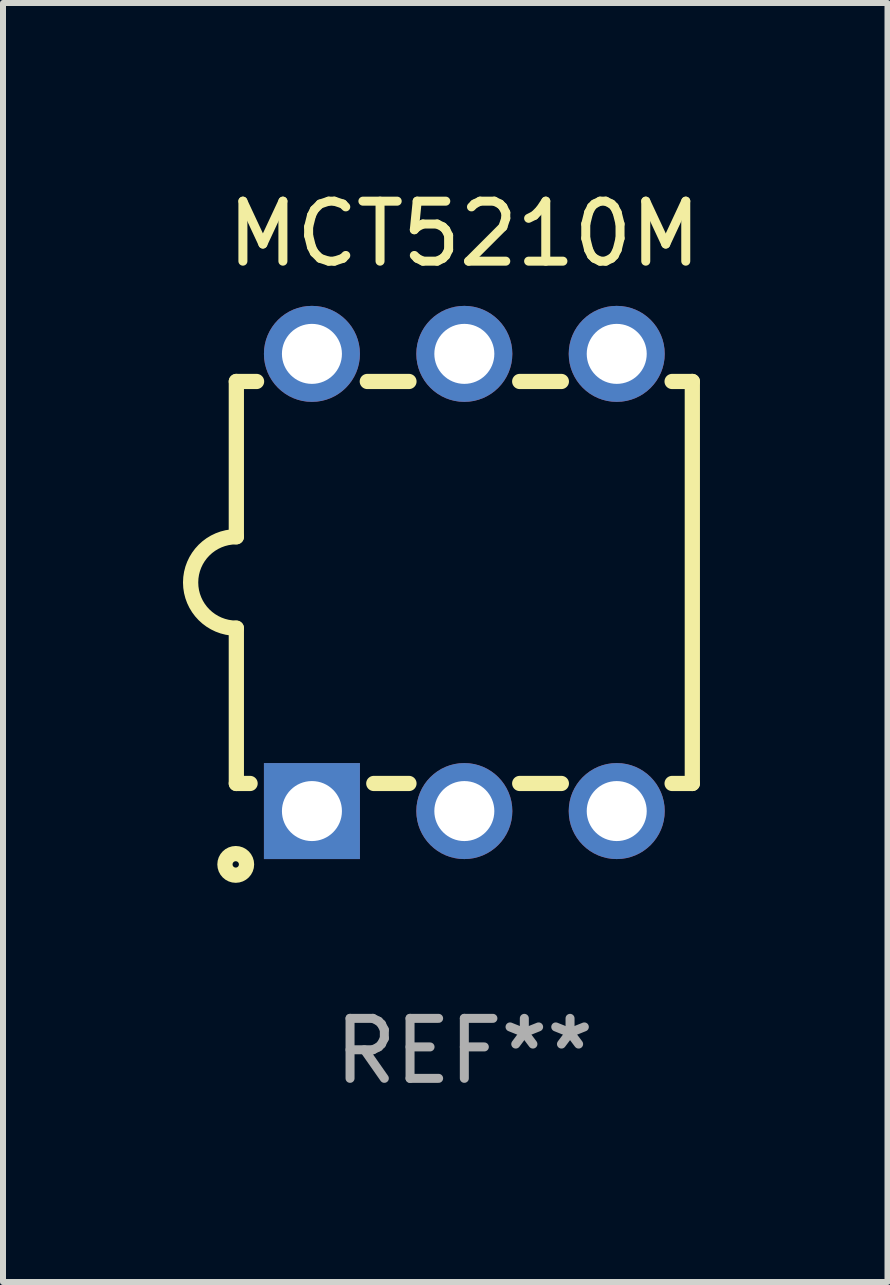
<source format=kicad_pcb>
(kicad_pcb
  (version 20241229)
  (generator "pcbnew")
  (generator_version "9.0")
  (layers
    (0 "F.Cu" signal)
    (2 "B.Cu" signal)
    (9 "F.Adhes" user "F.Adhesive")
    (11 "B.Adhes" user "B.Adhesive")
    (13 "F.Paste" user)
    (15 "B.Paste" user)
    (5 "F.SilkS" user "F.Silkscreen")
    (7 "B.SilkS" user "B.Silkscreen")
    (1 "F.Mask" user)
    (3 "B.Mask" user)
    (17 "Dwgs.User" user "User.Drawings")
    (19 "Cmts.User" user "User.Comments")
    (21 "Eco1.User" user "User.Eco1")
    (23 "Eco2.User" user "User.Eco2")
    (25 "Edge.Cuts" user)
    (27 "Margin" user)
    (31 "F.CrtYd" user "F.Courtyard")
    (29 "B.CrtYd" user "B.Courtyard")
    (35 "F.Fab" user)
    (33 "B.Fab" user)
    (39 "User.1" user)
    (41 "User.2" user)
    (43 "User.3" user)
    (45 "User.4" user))
  (footprint "MCT5210M"
    (layer "F.Cu")
    (at 4.689 6.658)
    (property "Reference" "MCT5210M" (at 0 -5.81 0) (layer "F.SilkS") (effects (font (size 1 1) (thickness 0.15))))
    (attr through_hole)
    (fp_line (start -3.8 3.35) (end -3.8 0.762) (stroke (width 0.254) (type solid)) (layer "F.SilkS"))
    (fp_line (start -3.8 3.35) (end -3.571 3.35) (stroke (width 0.254) (type solid)) (layer "F.SilkS"))
    (fp_line (start -3.8 -3.35) (end -3.8 -0.762) (stroke (width 0.254) (type solid)) (layer "F.SilkS"))
    (fp_line (start -3.8 -3.35) (end -3.463 -3.35) (stroke (width 0.254) (type solid)) (layer "F.SilkS"))
    (fp_line (start -1.617 -3.35) (end -0.923 -3.35) (stroke (width 0.254) (type solid)) (layer "F.SilkS"))
    (fp_line (start -1.509 3.35) (end -0.923 3.35) (stroke (width 0.254) (type solid)) (layer "F.SilkS"))
    (fp_line (start 0.923 -3.35) (end 1.617 -3.35) (stroke (width 0.254) (type solid)) (layer "F.SilkS"))
    (fp_line (start 0.923 3.35) (end 1.617 3.35) (stroke (width 0.254) (type solid)) (layer "F.SilkS"))
    (fp_line (start 3.463 -3.35) (end 3.8 -3.35) (stroke (width 0.254) (type solid)) (layer "F.SilkS"))
    (fp_line (start 3.463 3.35) (end 3.8 3.35) (stroke (width 0.254) (type solid)) (layer "F.SilkS"))
    (fp_line (start 3.8 -3.35) (end 3.8 3.35) (stroke (width 0.254) (type solid)) (layer "F.SilkS"))
    (fp_arc (start -3.800013 0.762002) (mid -4.561837 -0.000089) (end -3.799835 -0.762002) (stroke (width 0.254001) (type solid)) (layer "F.SilkS"))
    (fp_circle (center -3.81 4.699) (end -3.63 4.699) (stroke (width 0.254) (type solid)) (fill no) (layer "F.SilkS"))
    (fp_text user "REF**" (at 0 7.81 0) (layer "F.Fab") (effects (font (size 1 1) (thickness 0.15))))
    (pad "1" thru_hole rect (at -2.54 3.81) (size 1.6 1.6) (drill 1) (layers "*.Cu" "*.Mask"))
    (pad "2" thru_hole circle (at 0.000013 3.81) (size 1.6 1.6) (drill 1) (layers "*.Cu" "*.Mask"))
    (pad "3" thru_hole circle (at 2.54 3.81) (size 1.6 1.6) (drill 1) (layers "*.Cu" "*.Mask"))
    (pad "4" thru_hole circle (at 2.54 -3.81) (size 1.6 1.6) (drill 1) (layers "*.Cu" "*.Mask"))
    (pad "5" thru_hole circle (at 0.000013 -3.81) (size 1.6 1.6) (drill 1) (layers "*.Cu" "*.Mask"))
    (pad "6" thru_hole circle (at -2.54 -3.81) (size 1.6 1.6) (drill 1) (layers "*.Cu" "*.Mask")))
  (gr_rect
    (start -3 -3)
    (end 11.742 18.317)
    (stroke (width 0.1) (type default))
    (fill no)
    (layer "Edge.Cuts")))
</source>
